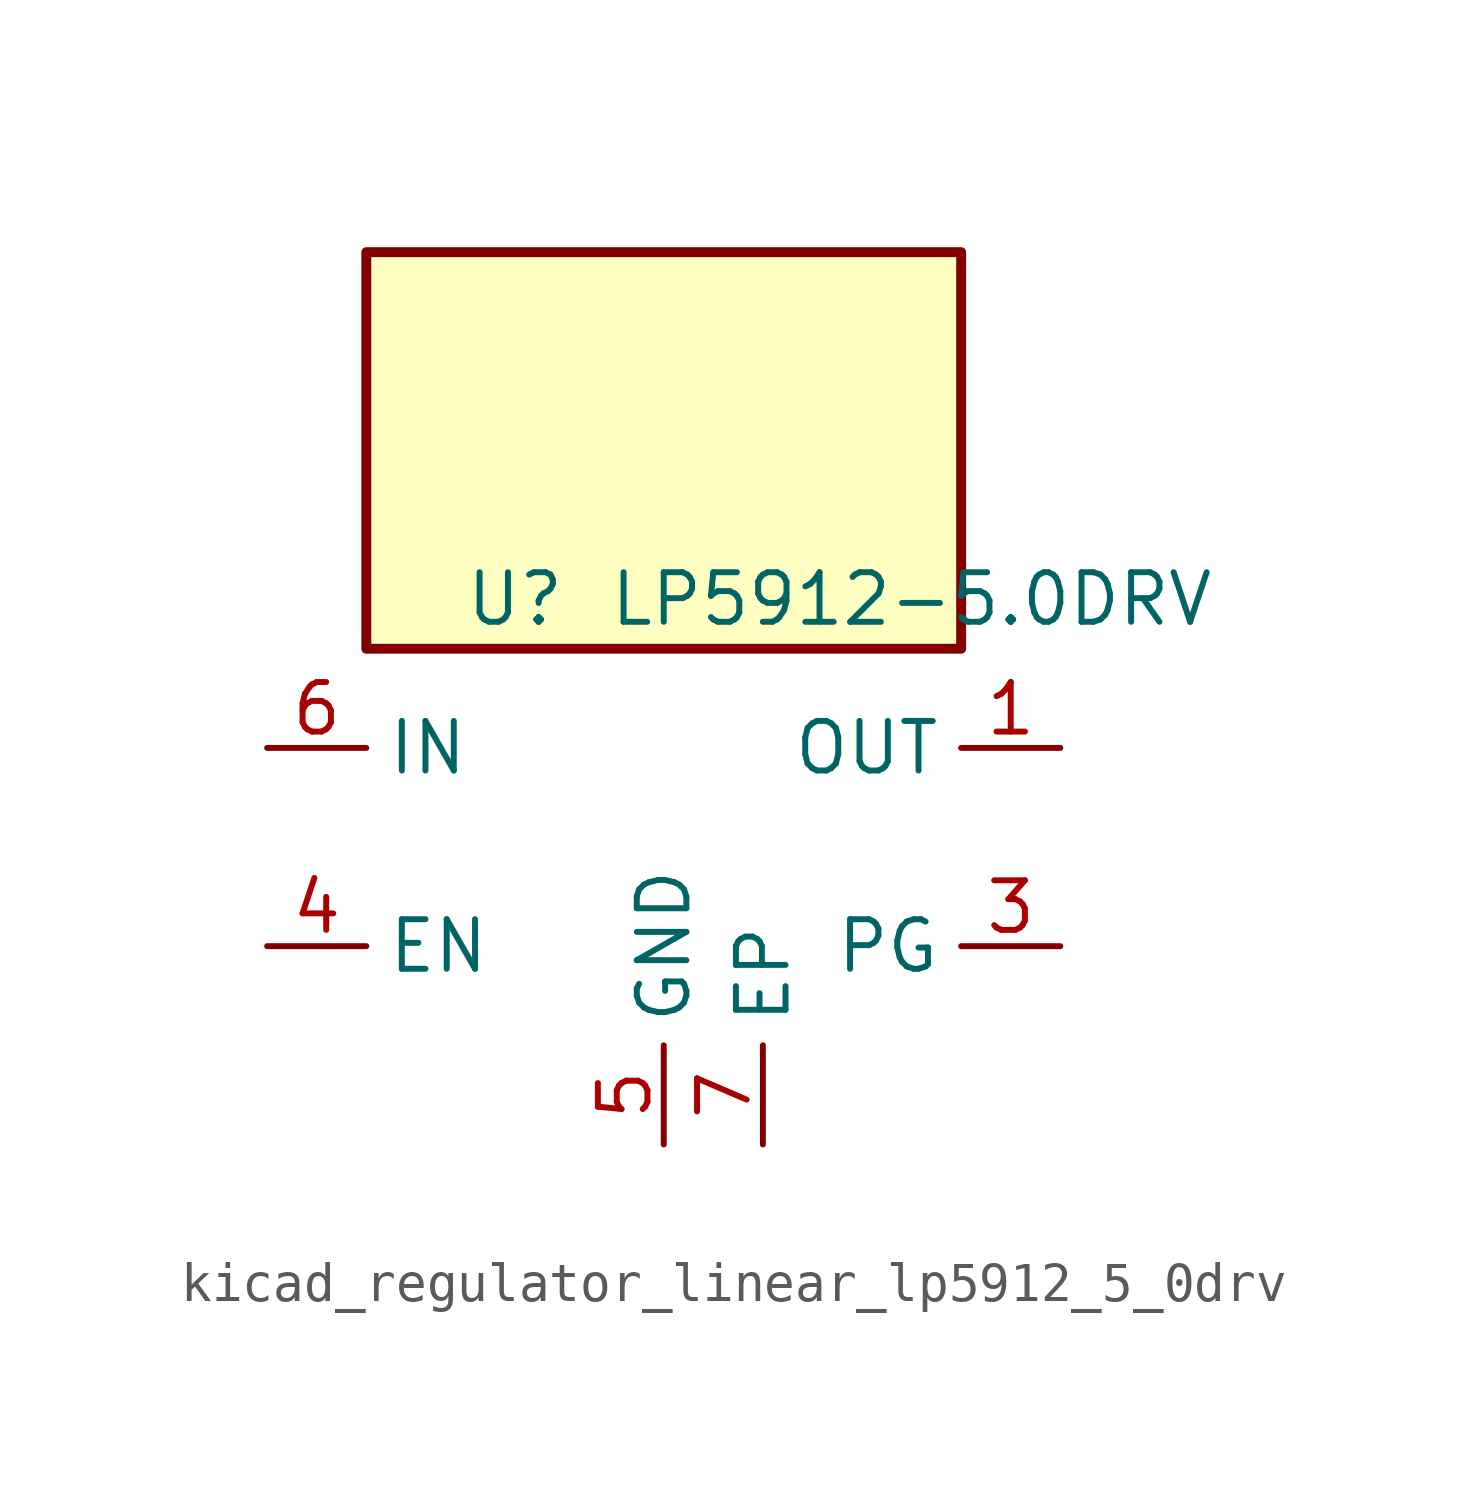
<source format=kicad_sym>
(kicad_symbol_lib
  (version 20220914)
  (generator kicad_symbol_editor)
  (symbol "kicad_regulator_linear_lp5912_5_0drv"
    (property "Reference" "U"
      (at -3.81 6.35 0)
      (effects (font (size 1.27 1.27))))
    (property "Value" "LP5912-5.0DRV"
      (at 6.35 6.35 0)
      (effects (font (size 1.27 1.27))))
    (symbol "kicad_regulator_linear_lp5912_5_0drv_0_1"
      (rectangle (start 7.62 15.24) (end -7.62 5.08) (stroke (width 0.254) (type default)) (fill (type background)))
      (pin power_out line (at 10.16 2.54 180) (length 2.54) (name "OUT" (effects (font (size 1.27 1.27)))) (number "1" (effects (font (size 1.27 1.27)))))
      (pin no_connect line (at 7.62 0 180) (length 2.54) hide (name "NC" (effects (font (size 1.27 1.27)))) (number "2" (effects (font (size 1.27 1.27)))))
      (pin input line (at -10.16 -2.54 0) (length 2.54) (name "EN" (effects (font (size 1.27 1.27)))) (number "4" (effects (font (size 1.27 1.27)))))
      (pin power_in line (at 0 -7.62 90) (length 2.54) (name "GND" (effects (font (size 1.27 1.27)))) (number "5" (effects (font (size 1.27 1.27)))))
      (pin power_in line (at -10.16 2.54 0) (length 2.54) (name "IN" (effects (font (size 1.27 1.27)))) (number "6" (effects (font (size 1.27 1.27))))))
    (symbol "kicad_regulator_linear_lp5912_5_0drv_1_1"
      (pin open_collector line (at 10.16 -2.54 180) (length 2.54) (name "PG" (effects (font (size 1.27 1.27)))) (number "3" (effects (font (size 1.27 1.27)))))
      (pin passive line (at 2.54 -7.62 90) (length 2.54) (name "EP" (effects (font (size 1.27 1.27)))) (number "7" (effects (font (size 1.27 1.27))))))))
</source>
